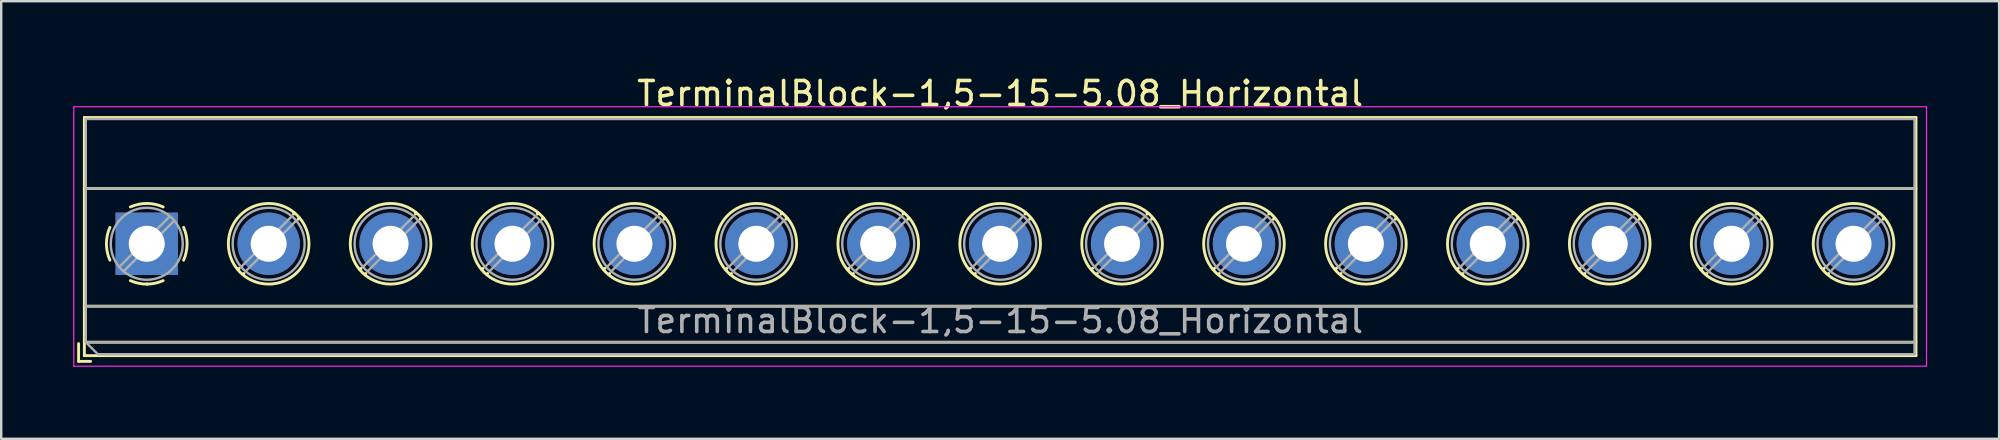
<source format=kicad_pcb>
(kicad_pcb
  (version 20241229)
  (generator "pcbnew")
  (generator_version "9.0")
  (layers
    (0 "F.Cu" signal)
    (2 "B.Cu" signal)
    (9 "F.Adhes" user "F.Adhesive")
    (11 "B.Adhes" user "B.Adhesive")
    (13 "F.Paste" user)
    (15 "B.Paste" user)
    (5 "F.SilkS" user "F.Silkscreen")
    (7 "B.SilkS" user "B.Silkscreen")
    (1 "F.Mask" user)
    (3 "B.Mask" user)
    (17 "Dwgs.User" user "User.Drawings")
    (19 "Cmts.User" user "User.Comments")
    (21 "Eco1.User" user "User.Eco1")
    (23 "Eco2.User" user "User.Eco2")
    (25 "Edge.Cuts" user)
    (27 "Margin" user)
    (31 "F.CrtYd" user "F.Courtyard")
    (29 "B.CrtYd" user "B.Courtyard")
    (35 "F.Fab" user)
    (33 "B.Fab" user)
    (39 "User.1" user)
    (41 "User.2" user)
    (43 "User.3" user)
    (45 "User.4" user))
  (footprint "TerminalBlock-1,5-15-5.08_Horizontal"
    (layer "F.Cu")
    (at 3.065 7.108)
    (property "Reference" "TerminalBlock-1,5-15-5.08_Horizontal" (at 35.56 -6.26 0) (layer "F.SilkS") (effects (font (size 1 1) (thickness 0.15))))
    (attr through_hole)
    (fp_line (start -2.84 4.16) (end -2.84 4.9) (stroke (width 0.12) (type solid)) (layer "F.SilkS"))
    (fp_line (start -2.84 4.9) (end -2.34 4.9) (stroke (width 0.12) (type solid)) (layer "F.SilkS"))
    (fp_line (start -2.6 -5.261) (end -2.6 4.66) (stroke (width 0.12) (type solid)) (layer "F.SilkS"))
    (fp_line (start -2.6 -5.261) (end 73.721 -5.261) (stroke (width 0.12) (type solid)) (layer "F.SilkS"))
    (fp_line (start -2.6 -2.301) (end 73.721 -2.301) (stroke (width 0.12) (type solid)) (layer "F.SilkS"))
    (fp_line (start -2.6 2.6) (end 73.721 2.6) (stroke (width 0.12) (type solid)) (layer "F.SilkS"))
    (fp_line (start -2.6 4.1) (end 73.721 4.1) (stroke (width 0.12) (type solid)) (layer "F.SilkS"))
    (fp_line (start -2.6 4.66) (end 73.721 4.66) (stroke (width 0.12) (type solid)) (layer "F.SilkS"))
    (fp_line (start 3.853 1.023) (end 3.806 1.069) (stroke (width 0.12) (type solid)) (layer "F.SilkS"))
    (fp_line (start 4.046 1.239) (end 4.011 1.274) (stroke (width 0.12) (type solid)) (layer "F.SilkS"))
    (fp_line (start 6.15 -1.275) (end 6.115 -1.239) (stroke (width 0.12) (type solid)) (layer "F.SilkS"))
    (fp_line (start 6.355 -1.069) (end 6.308 -1.023) (stroke (width 0.12) (type solid)) (layer "F.SilkS"))
    (fp_line (start 8.933 1.023) (end 8.886 1.069) (stroke (width 0.12) (type solid)) (layer "F.SilkS"))
    (fp_line (start 9.126 1.239) (end 9.091 1.274) (stroke (width 0.12) (type solid)) (layer "F.SilkS"))
    (fp_line (start 11.23 -1.275) (end 11.195 -1.239) (stroke (width 0.12) (type solid)) (layer "F.SilkS"))
    (fp_line (start 11.435 -1.069) (end 11.388 -1.023) (stroke (width 0.12) (type solid)) (layer "F.SilkS"))
    (fp_line (start 14.013 1.023) (end 13.966 1.069) (stroke (width 0.12) (type solid)) (layer "F.SilkS"))
    (fp_line (start 14.206 1.239) (end 14.171 1.274) (stroke (width 0.12) (type solid)) (layer "F.SilkS"))
    (fp_line (start 16.31 -1.275) (end 16.275 -1.239) (stroke (width 0.12) (type solid)) (layer "F.SilkS"))
    (fp_line (start 16.515 -1.069) (end 16.468 -1.023) (stroke (width 0.12) (type solid)) (layer "F.SilkS"))
    (fp_line (start 19.093 1.023) (end 19.046 1.069) (stroke (width 0.12) (type solid)) (layer "F.SilkS"))
    (fp_line (start 19.286 1.239) (end 19.251 1.274) (stroke (width 0.12) (type solid)) (layer "F.SilkS"))
    (fp_line (start 21.39 -1.275) (end 21.355 -1.239) (stroke (width 0.12) (type solid)) (layer "F.SilkS"))
    (fp_line (start 21.595 -1.069) (end 21.548 -1.023) (stroke (width 0.12) (type solid)) (layer "F.SilkS"))
    (fp_line (start 24.173 1.023) (end 24.126 1.069) (stroke (width 0.12) (type solid)) (layer "F.SilkS"))
    (fp_line (start 24.366 1.239) (end 24.331 1.274) (stroke (width 0.12) (type solid)) (layer "F.SilkS"))
    (fp_line (start 26.47 -1.275) (end 26.435 -1.239) (stroke (width 0.12) (type solid)) (layer "F.SilkS"))
    (fp_line (start 26.675 -1.069) (end 26.628 -1.023) (stroke (width 0.12) (type solid)) (layer "F.SilkS"))
    (fp_line (start 29.253 1.023) (end 29.206 1.069) (stroke (width 0.12) (type solid)) (layer "F.SilkS"))
    (fp_line (start 29.446 1.239) (end 29.411 1.274) (stroke (width 0.12) (type solid)) (layer "F.SilkS"))
    (fp_line (start 31.55 -1.275) (end 31.515 -1.239) (stroke (width 0.12) (type solid)) (layer "F.SilkS"))
    (fp_line (start 31.755 -1.069) (end 31.708 -1.023) (stroke (width 0.12) (type solid)) (layer "F.SilkS"))
    (fp_line (start 34.333 1.023) (end 34.286 1.069) (stroke (width 0.12) (type solid)) (layer "F.SilkS"))
    (fp_line (start 34.526 1.239) (end 34.491 1.274) (stroke (width 0.12) (type solid)) (layer "F.SilkS"))
    (fp_line (start 36.63 -1.275) (end 36.595 -1.239) (stroke (width 0.12) (type solid)) (layer "F.SilkS"))
    (fp_line (start 36.835 -1.069) (end 36.788 -1.023) (stroke (width 0.12) (type solid)) (layer "F.SilkS"))
    (fp_line (start 39.413 1.023) (end 39.366 1.069) (stroke (width 0.12) (type solid)) (layer "F.SilkS"))
    (fp_line (start 39.606 1.239) (end 39.571 1.274) (stroke (width 0.12) (type solid)) (layer "F.SilkS"))
    (fp_line (start 41.71 -1.275) (end 41.675 -1.239) (stroke (width 0.12) (type solid)) (layer "F.SilkS"))
    (fp_line (start 41.915 -1.069) (end 41.868 -1.023) (stroke (width 0.12) (type solid)) (layer "F.SilkS"))
    (fp_line (start 44.493 1.023) (end 44.446 1.069) (stroke (width 0.12) (type solid)) (layer "F.SilkS"))
    (fp_line (start 44.686 1.239) (end 44.651 1.274) (stroke (width 0.12) (type solid)) (layer "F.SilkS"))
    (fp_line (start 46.79 -1.275) (end 46.755 -1.239) (stroke (width 0.12) (type solid)) (layer "F.SilkS"))
    (fp_line (start 46.995 -1.069) (end 46.948 -1.023) (stroke (width 0.12) (type solid)) (layer "F.SilkS"))
    (fp_line (start 49.573 1.023) (end 49.526 1.069) (stroke (width 0.12) (type solid)) (layer "F.SilkS"))
    (fp_line (start 49.766 1.239) (end 49.731 1.274) (stroke (width 0.12) (type solid)) (layer "F.SilkS"))
    (fp_line (start 51.87 -1.275) (end 51.835 -1.239) (stroke (width 0.12) (type solid)) (layer "F.SilkS"))
    (fp_line (start 52.075 -1.069) (end 52.028 -1.023) (stroke (width 0.12) (type solid)) (layer "F.SilkS"))
    (fp_line (start 54.653 1.023) (end 54.606 1.069) (stroke (width 0.12) (type solid)) (layer "F.SilkS"))
    (fp_line (start 54.846 1.239) (end 54.811 1.274) (stroke (width 0.12) (type solid)) (layer "F.SilkS"))
    (fp_line (start 56.95 -1.275) (end 56.915 -1.239) (stroke (width 0.12) (type solid)) (layer "F.SilkS"))
    (fp_line (start 57.155 -1.069) (end 57.108 -1.023) (stroke (width 0.12) (type solid)) (layer "F.SilkS"))
    (fp_line (start 59.733 1.023) (end 59.686 1.069) (stroke (width 0.12) (type solid)) (layer "F.SilkS"))
    (fp_line (start 59.926 1.239) (end 59.891 1.274) (stroke (width 0.12) (type solid)) (layer "F.SilkS"))
    (fp_line (start 62.03 -1.275) (end 61.995 -1.239) (stroke (width 0.12) (type solid)) (layer "F.SilkS"))
    (fp_line (start 62.235 -1.069) (end 62.188 -1.023) (stroke (width 0.12) (type solid)) (layer "F.SilkS"))
    (fp_line (start 64.813 1.023) (end 64.766 1.069) (stroke (width 0.12) (type solid)) (layer "F.SilkS"))
    (fp_line (start 65.006 1.239) (end 64.971 1.274) (stroke (width 0.12) (type solid)) (layer "F.SilkS"))
    (fp_line (start 67.11 -1.275) (end 67.075 -1.239) (stroke (width 0.12) (type solid)) (layer "F.SilkS"))
    (fp_line (start 67.315 -1.069) (end 67.268 -1.023) (stroke (width 0.12) (type solid)) (layer "F.SilkS"))
    (fp_line (start 69.893 1.023) (end 69.846 1.069) (stroke (width 0.12) (type solid)) (layer "F.SilkS"))
    (fp_line (start 70.086 1.239) (end 70.051 1.274) (stroke (width 0.12) (type solid)) (layer "F.SilkS"))
    (fp_line (start 72.19 -1.275) (end 72.155 -1.239) (stroke (width 0.12) (type solid)) (layer "F.SilkS"))
    (fp_line (start 72.395 -1.069) (end 72.348 -1.023) (stroke (width 0.12) (type solid)) (layer "F.SilkS"))
    (fp_line (start 73.721 -5.261) (end 73.721 4.66) (stroke (width 0.12) (type solid)) (layer "F.SilkS"))
    (fp_arc (start -1.535427 0.683042) (mid -1.680501 -0.000524) (end -1.535 -0.684) (stroke (width 0.12) (type solid)) (layer "F.SilkS"))
    (fp_arc (start -0.683042 -1.535427) (mid 0.000524 -1.680501) (end 0.684 -1.535) (stroke (width 0.12) (type solid)) (layer "F.SilkS"))
    (fp_arc (start 0.028805 1.680253) (mid -0.335551 1.646659) (end -0.684 1.535) (stroke (width 0.12) (type solid)) (layer "F.SilkS"))
    (fp_arc (start 0.683318 1.534756) (mid 0.349292 1.643288) (end 0 1.68) (stroke (width 0.12) (type solid)) (layer "F.SilkS"))
    (fp_arc (start 1.535427 -0.683042) (mid 1.680501 0.000524) (end 1.535 0.684) (stroke (width 0.12) (type solid)) (layer "F.SilkS"))
    (fp_circle (center 5.08 0) (end 6.76 0) (stroke (width 0.12) (type solid)) (fill no) (layer "F.SilkS"))
    (fp_circle (center 10.16 0) (end 11.84 0) (stroke (width 0.12) (type solid)) (fill no) (layer "F.SilkS"))
    (fp_circle (center 15.24 0) (end 16.92 0) (stroke (width 0.12) (type solid)) (fill no) (layer "F.SilkS"))
    (fp_circle (center 20.32 0) (end 22 0) (stroke (width 0.12) (type solid)) (fill no) (layer "F.SilkS"))
    (fp_circle (center 25.4 0) (end 27.08 0) (stroke (width 0.12) (type solid)) (fill no) (layer "F.SilkS"))
    (fp_circle (center 30.48 0) (end 32.16 0) (stroke (width 0.12) (type solid)) (fill no) (layer "F.SilkS"))
    (fp_circle (center 35.56 0) (end 37.24 0) (stroke (width 0.12) (type solid)) (fill no) (layer "F.SilkS"))
    (fp_circle (center 40.64 0) (end 42.32 0) (stroke (width 0.12) (type solid)) (fill no) (layer "F.SilkS"))
    (fp_circle (center 45.72 0) (end 47.4 0) (stroke (width 0.12) (type solid)) (fill no) (layer "F.SilkS"))
    (fp_circle (center 50.8 0) (end 52.48 0) (stroke (width 0.12) (type solid)) (fill no) (layer "F.SilkS"))
    (fp_circle (center 55.88 0) (end 57.56 0) (stroke (width 0.12) (type solid)) (fill no) (layer "F.SilkS"))
    (fp_circle (center 60.96 0) (end 62.64 0) (stroke (width 0.12) (type solid)) (fill no) (layer "F.SilkS"))
    (fp_circle (center 66.04 0) (end 67.72 0) (stroke (width 0.12) (type solid)) (fill no) (layer "F.SilkS"))
    (fp_circle (center 71.12 0) (end 72.8 0) (stroke (width 0.12) (type solid)) (fill no) (layer "F.SilkS"))
    (fp_line (start -3.04 -5.71) (end -3.04 5.1) (stroke (width 0.05) (type solid)) (layer "F.CrtYd"))
    (fp_line (start -3.04 5.1) (end 74.16 5.1) (stroke (width 0.05) (type solid)) (layer "F.CrtYd"))
    (fp_line (start 74.16 -5.71) (end -3.04 -5.71) (stroke (width 0.05) (type solid)) (layer "F.CrtYd"))
    (fp_line (start 74.16 5.1) (end 74.16 -5.71) (stroke (width 0.05) (type solid)) (layer "F.CrtYd"))
    (fp_line (start -2.54 -5.2) (end 73.66 -5.2) (stroke (width 0.1) (type solid)) (layer "F.Fab"))
    (fp_line (start -2.54 -2.3) (end 73.66 -2.3) (stroke (width 0.1) (type solid)) (layer "F.Fab"))
    (fp_line (start -2.54 2.6) (end 73.66 2.6) (stroke (width 0.1) (type solid)) (layer "F.Fab"))
    (fp_line (start -2.54 4.1) (end -2.54 -5.2) (stroke (width 0.1) (type solid)) (layer "F.Fab"))
    (fp_line (start -2.54 4.1) (end 73.66 4.1) (stroke (width 0.1) (type solid)) (layer "F.Fab"))
    (fp_line (start -2.04 4.6) (end -2.54 4.1) (stroke (width 0.1) (type solid)) (layer "F.Fab"))
    (fp_line (start 0.955 -1.138) (end -1.138 0.955) (stroke (width 0.1) (type solid)) (layer "F.Fab"))
    (fp_line (start 1.138 -0.955) (end -0.955 1.138) (stroke (width 0.1) (type solid)) (layer "F.Fab"))
    (fp_line (start 6.035 -1.138) (end 3.943 0.955) (stroke (width 0.1) (type solid)) (layer "F.Fab"))
    (fp_line (start 6.218 -0.955) (end 4.126 1.138) (stroke (width 0.1) (type solid)) (layer "F.Fab"))
    (fp_line (start 11.115 -1.138) (end 9.023 0.955) (stroke (width 0.1) (type solid)) (layer "F.Fab"))
    (fp_line (start 11.298 -0.955) (end 9.206 1.138) (stroke (width 0.1) (type solid)) (layer "F.Fab"))
    (fp_line (start 16.195 -1.138) (end 14.103 0.955) (stroke (width 0.1) (type solid)) (layer "F.Fab"))
    (fp_line (start 16.378 -0.955) (end 14.286 1.138) (stroke (width 0.1) (type solid)) (layer "F.Fab"))
    (fp_line (start 21.275 -1.138) (end 19.183 0.955) (stroke (width 0.1) (type solid)) (layer "F.Fab"))
    (fp_line (start 21.458 -0.955) (end 19.366 1.138) (stroke (width 0.1) (type solid)) (layer "F.Fab"))
    (fp_line (start 26.355 -1.138) (end 24.263 0.955) (stroke (width 0.1) (type solid)) (layer "F.Fab"))
    (fp_line (start 26.538 -0.955) (end 24.446 1.138) (stroke (width 0.1) (type solid)) (layer "F.Fab"))
    (fp_line (start 31.435 -1.138) (end 29.343 0.955) (stroke (width 0.1) (type solid)) (layer "F.Fab"))
    (fp_line (start 31.618 -0.955) (end 29.526 1.138) (stroke (width 0.1) (type solid)) (layer "F.Fab"))
    (fp_line (start 36.515 -1.138) (end 34.423 0.955) (stroke (width 0.1) (type solid)) (layer "F.Fab"))
    (fp_line (start 36.698 -0.955) (end 34.606 1.138) (stroke (width 0.1) (type solid)) (layer "F.Fab"))
    (fp_line (start 41.595 -1.138) (end 39.503 0.955) (stroke (width 0.1) (type solid)) (layer "F.Fab"))
    (fp_line (start 41.778 -0.955) (end 39.686 1.138) (stroke (width 0.1) (type solid)) (layer "F.Fab"))
    (fp_line (start 46.675 -1.138) (end 44.583 0.955) (stroke (width 0.1) (type solid)) (layer "F.Fab"))
    (fp_line (start 46.858 -0.955) (end 44.766 1.138) (stroke (width 0.1) (type solid)) (layer "F.Fab"))
    (fp_line (start 51.755 -1.138) (end 49.663 0.955) (stroke (width 0.1) (type solid)) (layer "F.Fab"))
    (fp_line (start 51.938 -0.955) (end 49.846 1.138) (stroke (width 0.1) (type solid)) (layer "F.Fab"))
    (fp_line (start 56.835 -1.138) (end 54.743 0.955) (stroke (width 0.1) (type solid)) (layer "F.Fab"))
    (fp_line (start 57.018 -0.955) (end 54.926 1.138) (stroke (width 0.1) (type solid)) (layer "F.Fab"))
    (fp_line (start 61.915 -1.138) (end 59.823 0.955) (stroke (width 0.1) (type solid)) (layer "F.Fab"))
    (fp_line (start 62.098 -0.955) (end 60.006 1.138) (stroke (width 0.1) (type solid)) (layer "F.Fab"))
    (fp_line (start 66.995 -1.138) (end 64.903 0.955) (stroke (width 0.1) (type solid)) (layer "F.Fab"))
    (fp_line (start 67.178 -0.955) (end 65.086 1.138) (stroke (width 0.1) (type solid)) (layer "F.Fab"))
    (fp_line (start 72.075 -1.138) (end 69.983 0.955) (stroke (width 0.1) (type solid)) (layer "F.Fab"))
    (fp_line (start 72.258 -0.955) (end 70.166 1.138) (stroke (width 0.1) (type solid)) (layer "F.Fab"))
    (fp_line (start 73.66 -5.2) (end 73.66 4.6) (stroke (width 0.1) (type solid)) (layer "F.Fab"))
    (fp_line (start 73.66 4.6) (end -2.04 4.6) (stroke (width 0.1) (type solid)) (layer "F.Fab"))
    (fp_circle (center 0 0) (end 1.5 0) (stroke (width 0.1) (type solid)) (fill no) (layer "F.Fab"))
    (fp_circle (center 5.08 0) (end 6.58 0) (stroke (width 0.1) (type solid)) (fill no) (layer "F.Fab"))
    (fp_circle (center 10.16 0) (end 11.66 0) (stroke (width 0.1) (type solid)) (fill no) (layer "F.Fab"))
    (fp_circle (center 15.24 0) (end 16.74 0) (stroke (width 0.1) (type solid)) (fill no) (layer "F.Fab"))
    (fp_circle (center 20.32 0) (end 21.82 0) (stroke (width 0.1) (type solid)) (fill no) (layer "F.Fab"))
    (fp_circle (center 25.4 0) (end 26.9 0) (stroke (width 0.1) (type solid)) (fill no) (layer "F.Fab"))
    (fp_circle (center 30.48 0) (end 31.98 0) (stroke (width 0.1) (type solid)) (fill no) (layer "F.Fab"))
    (fp_circle (center 35.56 0) (end 37.06 0) (stroke (width 0.1) (type solid)) (fill no) (layer "F.Fab"))
    (fp_circle (center 40.64 0) (end 42.14 0) (stroke (width 0.1) (type solid)) (fill no) (layer "F.Fab"))
    (fp_circle (center 45.72 0) (end 47.22 0) (stroke (width 0.1) (type solid)) (fill no) (layer "F.Fab"))
    (fp_circle (center 50.8 0) (end 52.3 0) (stroke (width 0.1) (type solid)) (fill no) (layer "F.Fab"))
    (fp_circle (center 55.88 0) (end 57.38 0) (stroke (width 0.1) (type solid)) (fill no) (layer "F.Fab"))
    (fp_circle (center 60.96 0) (end 62.46 0) (stroke (width 0.1) (type solid)) (fill no) (layer "F.Fab"))
    (fp_circle (center 66.04 0) (end 67.54 0) (stroke (width 0.1) (type solid)) (fill no) (layer "F.Fab"))
    (fp_circle (center 71.12 0) (end 72.62 0) (stroke (width 0.1) (type solid)) (fill no) (layer "F.Fab"))
    (fp_text user "${REFERENCE}" (at 35.56 3.2 0) (layer "F.Fab") (effects (font (size 1 1) (thickness 0.15))))
    (pad "1" thru_hole rect (at 0 0) (size 2.6 2.6) (drill 1.5) (layers "*.Cu" "*.Mask"))
    (pad "2" thru_hole circle (at 5.08 0) (size 2.6 2.6) (drill 1.5) (layers "*.Cu" "*.Mask"))
    (pad "3" thru_hole circle (at 10.16 0) (size 2.6 2.6) (drill 1.5) (layers "*.Cu" "*.Mask"))
    (pad "4" thru_hole circle (at 15.24 0) (size 2.6 2.6) (drill 1.5) (layers "*.Cu" "*.Mask"))
    (pad "5" thru_hole circle (at 20.32 0) (size 2.6 2.6) (drill 1.5) (layers "*.Cu" "*.Mask"))
    (pad "6" thru_hole circle (at 25.4 0) (size 2.6 2.6) (drill 1.5) (layers "*.Cu" "*.Mask"))
    (pad "7" thru_hole circle (at 30.48 0) (size 2.6 2.6) (drill 1.5) (layers "*.Cu" "*.Mask"))
    (pad "8" thru_hole circle (at 35.56 0) (size 2.6 2.6) (drill 1.5) (layers "*.Cu" "*.Mask"))
    (pad "9" thru_hole circle (at 40.64 0) (size 2.6 2.6) (drill 1.5) (layers "*.Cu" "*.Mask"))
    (pad "10" thru_hole circle (at 45.72 0) (size 2.6 2.6) (drill 1.5) (layers "*.Cu" "*.Mask"))
    (pad "11" thru_hole circle (at 50.8 0) (size 2.6 2.6) (drill 1.5) (layers "*.Cu" "*.Mask"))
    (pad "12" thru_hole circle (at 55.88 0) (size 2.6 2.6) (drill 1.5) (layers "*.Cu" "*.Mask"))
    (pad "13" thru_hole circle (at 60.96 0) (size 2.6 2.6) (drill 1.5) (layers "*.Cu" "*.Mask"))
    (pad "14" thru_hole circle (at 66.04 0) (size 2.6 2.6) (drill 1.5) (layers "*.Cu" "*.Mask"))
    (pad "15" thru_hole circle (at 71.12 0) (size 2.6 2.6) (drill 1.5) (layers "*.Cu" "*.Mask")))
  (gr_rect
    (start -3 -3)
    (end 80.25 15.233)
    (stroke (width 0.1) (type default))
    (fill no)
    (layer "Edge.Cuts")))
</source>
